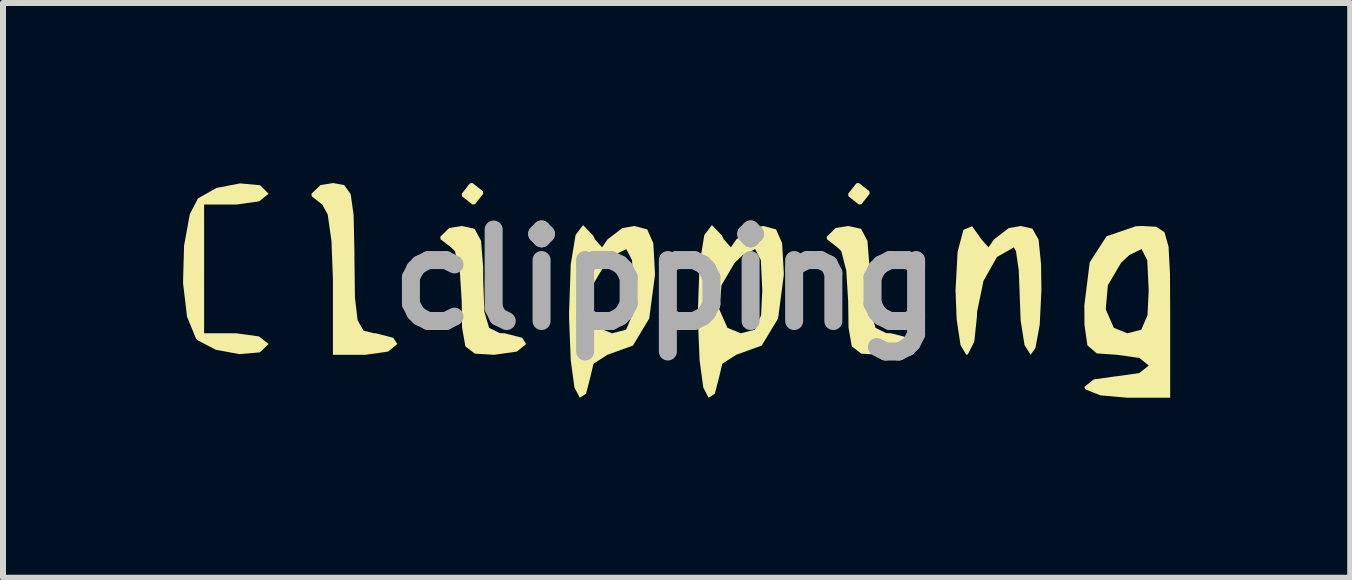
<source format=kicad_pcb>
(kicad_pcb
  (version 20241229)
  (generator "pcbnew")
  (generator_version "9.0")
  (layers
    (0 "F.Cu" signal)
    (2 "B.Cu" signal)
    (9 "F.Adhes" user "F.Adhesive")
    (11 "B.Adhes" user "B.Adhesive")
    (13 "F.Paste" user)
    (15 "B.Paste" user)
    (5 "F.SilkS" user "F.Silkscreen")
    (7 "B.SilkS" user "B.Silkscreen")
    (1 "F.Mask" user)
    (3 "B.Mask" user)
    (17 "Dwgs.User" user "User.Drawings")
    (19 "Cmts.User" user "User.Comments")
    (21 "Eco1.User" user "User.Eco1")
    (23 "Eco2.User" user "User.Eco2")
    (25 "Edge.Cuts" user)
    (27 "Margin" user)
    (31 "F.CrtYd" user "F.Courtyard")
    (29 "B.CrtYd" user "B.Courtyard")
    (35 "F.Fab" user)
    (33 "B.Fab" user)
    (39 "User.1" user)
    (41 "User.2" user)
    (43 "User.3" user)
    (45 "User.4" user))
  (footprint "clipping"
    (layer "F.Cu")
    (at 8.043 1.61)
    (property "Reference" "clipping" (at 0 0 0) (layer "F.Fab") (effects (font (size 1.524 1.524) (thickness 0.3))))
    (attr board_only exclude_from_pos_files exclude_from_bom)
    (fp_poly (pts (xy -3.046 -1.474) (xy -3.041 -1.431) (xy -3.177 -1.257) (xy -3.22 -1.252) (xy -3.393 -1.388) (xy -3.399 -1.431) (xy -3.262 -1.605) (xy -3.22 -1.61)) (stroke (width 0) (type solid)) (fill yes) (layer "F.SilkS"))
    (fp_poly (pts (xy 3.393 -1.474) (xy 3.399 -1.431) (xy 3.262 -1.257) (xy 3.22 -1.252) (xy 3.046 -1.388) (xy 3.041 -1.431) (xy 3.177 -1.605) (xy 3.22 -1.61)) (stroke (width 0) (type solid)) (fill yes) (layer "F.SilkS"))
    (fp_poly (pts (xy -6.757 -1.573) (xy -6.618 -1.431) (xy -6.774 -1.305) (xy -7.148 -1.252) (xy -7.155 -1.252) (xy -7.692 -1.252) (xy -7.692 0.894) (xy -7.155 0.894) (xy -6.778 0.946) (xy -6.618 1.071) (xy -6.618 1.073) (xy -6.763 1.212) (xy -7.103 1.241) (xy -7.497 1.169) (xy -7.802 1.009) (xy -7.826 0.985) (xy -7.976 0.618) (xy -8.043 0.055) (xy -8.026 -0.563) (xy -7.93 -1.091) (xy -7.794 -1.354) (xy -7.486 -1.528) (xy -7.093 -1.604)) (stroke (width 0) (type solid)) (fill yes) (layer "F.SilkS"))
    (fp_poly (pts (xy -3.184 -0.847) (xy -3.077 -0.647) (xy -3.042 -0.207) (xy -3.041 0) (xy -3.022 0.536) (xy -2.942 0.804) (xy -2.766 0.891) (xy -2.683 0.894) (xy -2.392 0.969) (xy -2.325 1.073) (xy -2.481 1.199) (xy -2.855 1.252) (xy -2.862 1.252) (xy -3.18 1.233) (xy -3.338 1.112) (xy -3.393 0.799) (xy -3.399 0.358) (xy -3.431 -0.152) (xy -3.513 -0.476) (xy -3.577 -0.537) (xy -3.751 -0.673) (xy -3.756 -0.715) (xy -3.607 -0.861) (xy -3.399 -0.894)) (stroke (width 0) (type solid)) (fill yes) (layer "F.SilkS"))
    (fp_poly (pts (xy 3.255 -0.847) (xy 3.362 -0.647) (xy 3.397 -0.207) (xy 3.399 0) (xy 3.417 0.536) (xy 3.497 0.804) (xy 3.674 0.891) (xy 3.756 0.894) (xy 4.047 0.969) (xy 4.114 1.073) (xy 3.959 1.199) (xy 3.584 1.252) (xy 3.577 1.252) (xy 3.26 1.233) (xy 3.101 1.112) (xy 3.047 0.799) (xy 3.041 0.358) (xy 3.009 -0.152) (xy 2.926 -0.476) (xy 2.862 -0.537) (xy 2.688 -0.673) (xy 2.683 -0.715) (xy 2.833 -0.861) (xy 3.041 -0.894)) (stroke (width 0) (type solid)) (fill yes) (layer "F.SilkS"))
    (fp_poly (pts (xy -5.357 -1.576) (xy -5.249 -1.424) (xy -5.2 -1.076) (xy -5.187 -0.457) (xy -5.187 -0.358) (xy -5.178 0.3) (xy -5.134 0.677) (xy -5.035 0.85) (xy -4.858 0.894) (xy -4.83 0.894) (xy -4.539 0.969) (xy -4.472 1.073) (xy -4.627 1.199) (xy -5.002 1.252) (xy -5.008 1.252) (xy -5.545 1.252) (xy -5.545 0) (xy -5.569 -0.642) (xy -5.632 -1.086) (xy -5.724 -1.252) (xy -5.724 -1.252) (xy -5.898 -1.388) (xy -5.903 -1.431) (xy -5.753 -1.576) (xy -5.545 -1.61)) (stroke (width 0) (type solid)) (fill yes) (layer "F.SilkS"))
    (fp_poly (pts (xy 6.11 -0.851) (xy 6.214 -0.667) (xy 6.255 -0.261) (xy 6.261 0.179) (xy 6.233 0.751) (xy 6.162 1.138) (xy 6.082 1.252) (xy 5.98 1.091) (xy 5.915 0.68) (xy 5.903 0.358) (xy 5.884 -0.153) (xy 5.837 -0.476) (xy 5.801 -0.537) (xy 5.521 -0.378) (xy 5.296 0.02) (xy 5.189 0.536) (xy 5.187 0.613) (xy 5.143 1.032) (xy 5.035 1.245) (xy 5.008 1.252) (xy 4.913 1.089) (xy 4.849 0.664) (xy 4.83 0.179) (xy 4.865 -0.465) (xy 4.962 -0.831) (xy 5.107 -0.89) (xy 5.262 -0.671) (xy 5.379 -0.539) (xy 5.471 -0.671) (xy 5.716 -0.859) (xy 5.918 -0.894)) (stroke (width 0) (type solid)) (fill yes) (layer "F.SilkS"))
    (fp_poly (pts (xy -1.211 -0.737) (xy -1.178 -0.671) (xy -1.06 -0.539) (xy -0.969 -0.671) (xy -0.723 -0.859) (xy -0.522 -0.894) (xy -0.308 -0.838) (xy -0.206 -0.608) (xy -0.179 -0.116) (xy -0.179 -0.077) (xy -0.274 0.647) (xy -0.546 1.099) (xy -0.971 1.252) (xy -1.203 1.402) (xy -1.252 1.61) (xy -1.327 1.901) (xy -1.431 1.968) (xy -1.52 1.8) (xy -1.582 1.343) (xy -1.609 0.665) (xy -1.61 0.537) (xy -1.608 0.495) (xy -1.253 0.495) (xy -1.118 0.803) (xy -0.894 0.894) (xy -0.66 0.834) (xy -0.557 0.592) (xy -0.537 0.179) (xy -0.561 -0.325) (xy -0.656 -0.509) (xy -0.86 -0.41) (xy -0.997 -0.281) (xy -1.217 0.092) (xy -1.253 0.495) (xy -1.608 0.495) (xy -1.582 -0.256) (xy -1.502 -0.744) (xy -1.377 -0.909)) (stroke (width 0) (type solid)) (fill yes) (layer "F.SilkS"))
    (fp_poly (pts (xy 0.936 -0.737) (xy 0.969 -0.671) (xy 1.086 -0.539) (xy 1.178 -0.671) (xy 1.423 -0.859) (xy 1.625 -0.894) (xy 1.839 -0.838) (xy 1.94 -0.608) (xy 1.968 -0.116) (xy 1.968 -0.077) (xy 1.873 0.647) (xy 1.6 1.099) (xy 1.175 1.252) (xy 0.943 1.402) (xy 0.894 1.61) (xy 0.819 1.901) (xy 0.715 1.968) (xy 0.627 1.8) (xy 0.565 1.343) (xy 0.537 0.665) (xy 0.537 0.537) (xy 0.538 0.495) (xy 0.893 0.495) (xy 1.029 0.803) (xy 1.252 0.894) (xy 1.486 0.834) (xy 1.59 0.592) (xy 1.61 0.179) (xy 1.586 -0.325) (xy 1.49 -0.509) (xy 1.287 -0.41) (xy 1.15 -0.281) (xy 0.93 0.092) (xy 0.893 0.495) (xy 0.538 0.495) (xy 0.564 -0.256) (xy 0.644 -0.744) (xy 0.77 -0.909)) (stroke (width 0) (type solid)) (fill yes) (layer "F.SilkS"))
    (fp_poly (pts (xy 8.175 -0.881) (xy 8.312 -0.79) (xy 8.38 -0.551) (xy 8.404 -0.089) (xy 8.407 0.537) (xy 8.407 1.968) (xy 7.692 1.968) (xy 7.244 1.928) (xy 6.994 1.829) (xy 6.976 1.789) (xy 7.131 1.663) (xy 7.506 1.61) (xy 7.513 1.61) (xy 7.889 1.558) (xy 8.049 1.433) (xy 8.049 1.431) (xy 7.894 1.305) (xy 7.519 1.252) (xy 7.513 1.252) (xy 7.185 1.229) (xy 7.028 1.097) (xy 6.979 0.758) (xy 6.977 0.495) (xy 7.333 0.495) (xy 7.468 0.803) (xy 7.692 0.894) (xy 7.926 0.834) (xy 8.029 0.592) (xy 8.049 0.179) (xy 8.025 -0.325) (xy 7.93 -0.509) (xy 7.726 -0.41) (xy 7.589 -0.281) (xy 7.369 0.092) (xy 7.333 0.495) (xy 6.977 0.495) (xy 6.976 0.434) (xy 7.066 -0.288) (xy 7.346 -0.722) (xy 7.834 -0.89) (xy 7.947 -0.894)) (stroke (width 0) (type solid)) (fill yes) (layer "F.SilkS")))
  (gr_rect
    (start -3 -3)
    (end 19.45 6.577)
    (stroke (width 0.1) (type default))
    (fill no)
    (layer "Edge.Cuts")))
</source>
